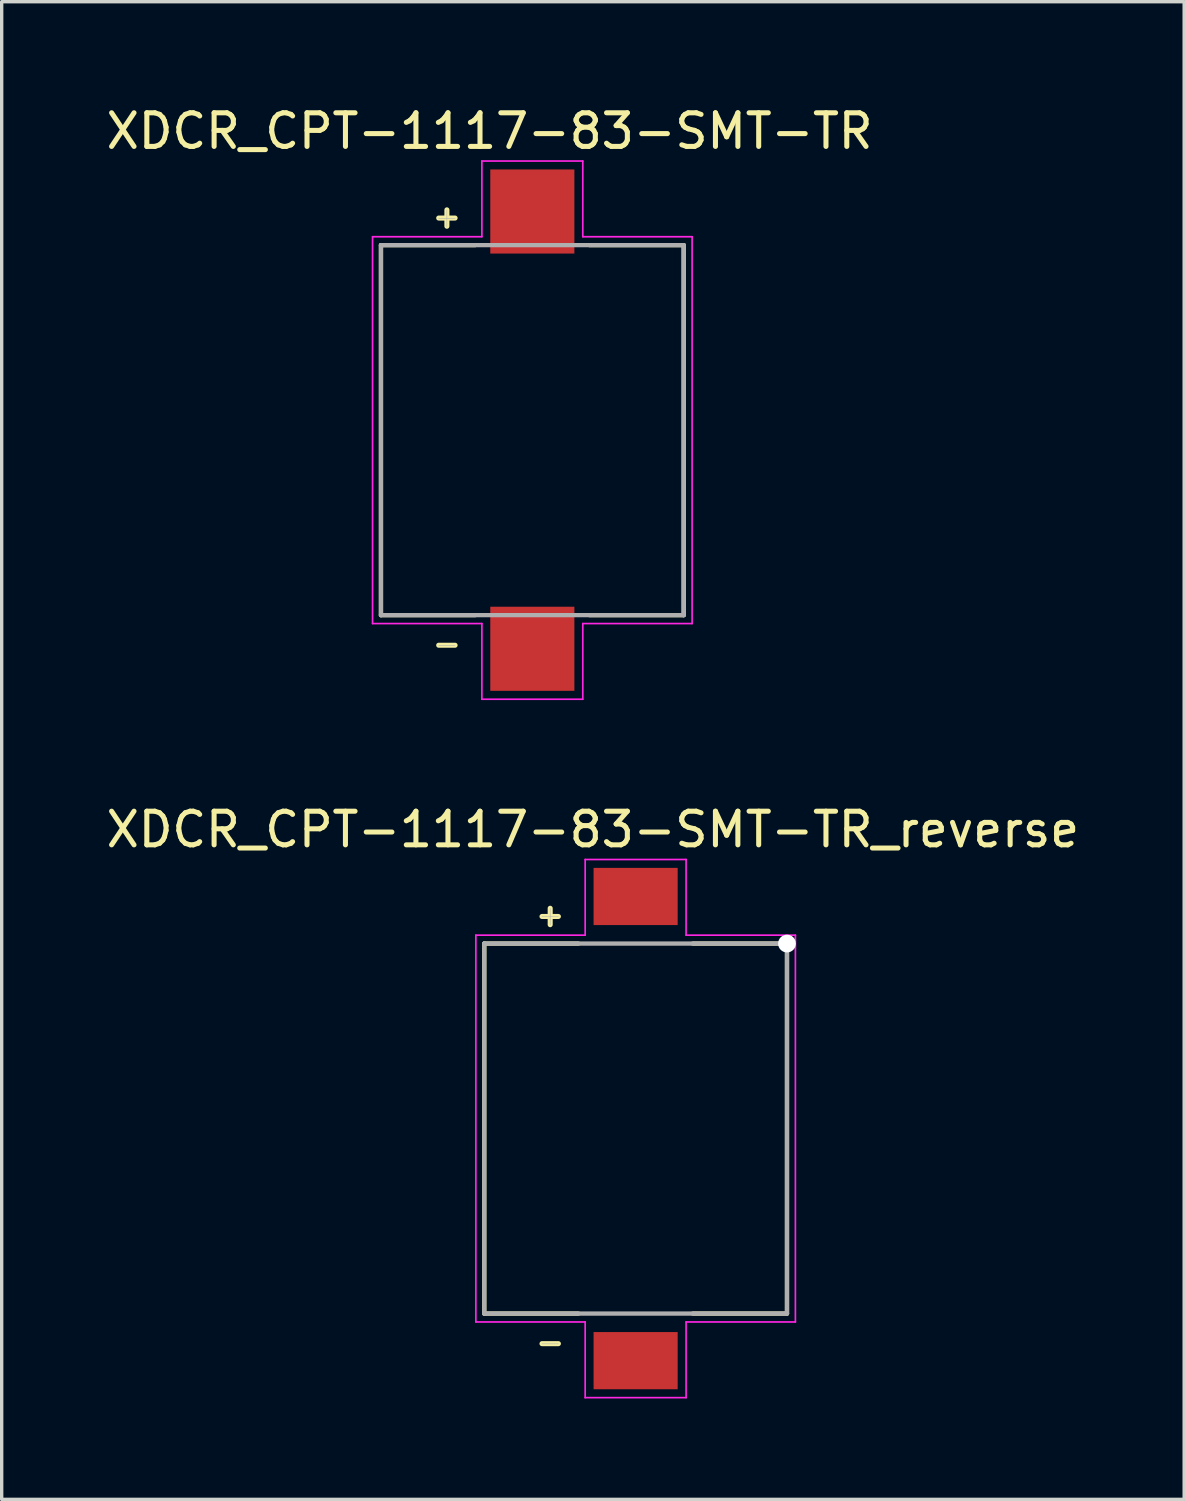
<source format=kicad_pcb>
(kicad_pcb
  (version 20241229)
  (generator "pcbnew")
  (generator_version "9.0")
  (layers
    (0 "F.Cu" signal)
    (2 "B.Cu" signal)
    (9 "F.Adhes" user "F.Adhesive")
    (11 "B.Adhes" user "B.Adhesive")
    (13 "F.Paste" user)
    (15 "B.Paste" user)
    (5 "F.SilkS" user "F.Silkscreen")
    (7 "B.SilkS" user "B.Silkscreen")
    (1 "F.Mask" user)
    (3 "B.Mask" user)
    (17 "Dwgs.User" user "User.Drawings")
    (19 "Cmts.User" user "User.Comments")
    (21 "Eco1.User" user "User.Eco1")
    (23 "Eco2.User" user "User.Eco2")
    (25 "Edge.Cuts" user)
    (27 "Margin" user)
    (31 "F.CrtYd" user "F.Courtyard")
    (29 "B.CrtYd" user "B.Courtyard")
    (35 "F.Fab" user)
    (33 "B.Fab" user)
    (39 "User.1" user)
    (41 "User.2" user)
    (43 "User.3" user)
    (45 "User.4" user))
  (footprint "XDCR_CPT-1117-83-SMT-TR"
    (layer "F.Cu")
    (at 12.776 9.738)
    (property "Reference" "XDCR_CPT-1117-83-SMT-TR" (at -1.27 -8.89 0) (layer "F.SilkS") (effects (font (size 1 1) (thickness 0.15))))
    (attr through_hole)
    (fp_line (start -4.5 -5.5) (end -4.5 5.5) (stroke (width 0.127) (type solid)) (layer "F.SilkS"))
    (fp_line (start -4.5 5.5) (end -1.7 5.5) (stroke (width 0.127) (type solid)) (layer "F.SilkS"))
    (fp_line (start -1.7 -5.5) (end -4.5 -5.5) (stroke (width 0.127) (type solid)) (layer "F.SilkS"))
    (fp_line (start 1.7 5.5) (end 4.5 5.5) (stroke (width 0.127) (type solid)) (layer "F.SilkS"))
    (fp_line (start 4.5 -5.5) (end 1.7 -5.5) (stroke (width 0.127) (type solid)) (layer "F.SilkS"))
    (fp_line (start 4.5 5.5) (end 4.5 -5.5) (stroke (width 0.127) (type solid)) (layer "F.SilkS"))
    (fp_line (start -4.75 -5.75) (end -1.5 -5.75) (stroke (width 0.05) (type solid)) (layer "F.CrtYd"))
    (fp_line (start -4.75 5.75) (end -4.75 -5.75) (stroke (width 0.05) (type solid)) (layer "F.CrtYd"))
    (fp_line (start -1.5 -8) (end 1.5 -8) (stroke (width 0.05) (type solid)) (layer "F.CrtYd"))
    (fp_line (start -1.5 -5.75) (end -1.5 -8) (stroke (width 0.05) (type solid)) (layer "F.CrtYd"))
    (fp_line (start -1.5 5.75) (end -4.75 5.75) (stroke (width 0.05) (type solid)) (layer "F.CrtYd"))
    (fp_line (start -1.5 8) (end -1.5 5.75) (stroke (width 0.05) (type solid)) (layer "F.CrtYd"))
    (fp_line (start 1.5 -8) (end 1.5 -5.75) (stroke (width 0.05) (type solid)) (layer "F.CrtYd"))
    (fp_line (start 1.5 -5.75) (end 4.75 -5.75) (stroke (width 0.05) (type solid)) (layer "F.CrtYd"))
    (fp_line (start 1.5 5.75) (end 1.5 8) (stroke (width 0.05) (type solid)) (layer "F.CrtYd"))
    (fp_line (start 1.5 8) (end -1.5 8) (stroke (width 0.05) (type solid)) (layer "F.CrtYd"))
    (fp_line (start 4.75 -5.75) (end 4.75 5.75) (stroke (width 0.05) (type solid)) (layer "F.CrtYd"))
    (fp_line (start 4.75 5.75) (end 1.5 5.75) (stroke (width 0.05) (type solid)) (layer "F.CrtYd"))
    (fp_line (start -4.5 -5.5) (end 4.5 -5.5) (stroke (width 0.127) (type solid)) (layer "F.Fab"))
    (fp_line (start -4.5 5.5) (end -4.5 -5.5) (stroke (width 0.127) (type solid)) (layer "F.Fab"))
    (fp_line (start 4.5 -5.5) (end 4.5 5.5) (stroke (width 0.127) (type solid)) (layer "F.Fab"))
    (fp_line (start 4.5 5.5) (end -4.5 5.5) (stroke (width 0.127) (type solid)) (layer "F.Fab"))
    (fp_text user "+" (at -2.54 -6.35 0) (layer "F.SilkS") (effects (font (size 0.64 0.64) (thickness 0.15))))
    (fp_text user "-" (at -2.54 6.35 0) (layer "F.SilkS") (effects (font (size 0.64 0.64) (thickness 0.15))))
    (fp_text user "+" (at -2.54 -6.35 0) (layer "F.Fab") (effects (font (size 0.64 0.64) (thickness 0.015))))
    (fp_text user "-" (at -2.54 6.35 0) (layer "F.Fab") (effects (font (size 0.64 0.64) (thickness 0.015))))
    (pad "N" smd rect (at 0 6.5) (size 2.5 2.5) (layers "F.Cu" "F.Mask" "F.Paste"))
    (pad "P" smd rect (at 0 -6.5) (size 2.5 2.5) (layers "F.Cu" "F.Mask" "F.Paste")))
  (footprint "XDCR_CPT-1117-83-SMT-TR_reverse"
    (layer "F.Cu")
    (at 15.847 30.502)
    (property "Reference" "XDCR_CPT-1117-83-SMT-TR_reverse" (at -1.27 -8.89 0) (layer "F.SilkS") (effects (font (size 1 1) (thickness 0.15))))
    (attr through_hole)
    (fp_line (start -4.5 -5.5) (end -4.5 5.5) (stroke (width 0.127) (type solid)) (layer "F.SilkS"))
    (fp_line (start -4.5 5.5) (end -1.7 5.5) (stroke (width 0.127) (type solid)) (layer "F.SilkS"))
    (fp_line (start -1.7 -5.5) (end -4.5 -5.5) (stroke (width 0.127) (type solid)) (layer "F.SilkS"))
    (fp_line (start 1.7 5.5) (end 4.5 5.5) (stroke (width 0.127) (type solid)) (layer "F.SilkS"))
    (fp_line (start 4.5 -5.5) (end 1.7 -5.5) (stroke (width 0.127) (type solid)) (layer "F.SilkS"))
    (fp_line (start 4.5 5.5) (end 4.5 -5.5) (stroke (width 0.127) (type solid)) (layer "F.SilkS"))
    (fp_line (start -4.75 -5.75) (end -1.5 -5.75) (stroke (width 0.05) (type solid)) (layer "F.CrtYd"))
    (fp_line (start -4.75 5.75) (end -4.75 -5.75) (stroke (width 0.05) (type solid)) (layer "F.CrtYd"))
    (fp_line (start -1.5 -8) (end 1.5 -8) (stroke (width 0.05) (type solid)) (layer "F.CrtYd"))
    (fp_line (start -1.5 -5.75) (end -1.5 -8) (stroke (width 0.05) (type solid)) (layer "F.CrtYd"))
    (fp_line (start -1.5 5.75) (end -4.75 5.75) (stroke (width 0.05) (type solid)) (layer "F.CrtYd"))
    (fp_line (start -1.5 8) (end -1.5 5.75) (stroke (width 0.05) (type solid)) (layer "F.CrtYd"))
    (fp_line (start 1.5 -8) (end 1.5 -5.75) (stroke (width 0.05) (type solid)) (layer "F.CrtYd"))
    (fp_line (start 1.5 -5.75) (end 4.75 -5.75) (stroke (width 0.05) (type solid)) (layer "F.CrtYd"))
    (fp_line (start 1.5 5.75) (end 1.5 8) (stroke (width 0.05) (type solid)) (layer "F.CrtYd"))
    (fp_line (start 1.5 8) (end -1.5 8) (stroke (width 0.05) (type solid)) (layer "F.CrtYd"))
    (fp_line (start 4.75 -5.75) (end 4.75 5.75) (stroke (width 0.05) (type solid)) (layer "F.CrtYd"))
    (fp_line (start 4.75 5.75) (end 1.5 5.75) (stroke (width 0.05) (type solid)) (layer "F.CrtYd"))
    (fp_line (start -4.5 -5.5) (end 4.5 -5.5) (stroke (width 0.127) (type solid)) (layer "F.Fab"))
    (fp_line (start -4.5 5.5) (end -4.5 -5.5) (stroke (width 0.127) (type solid)) (layer "F.Fab"))
    (fp_line (start 4.5 -5.5) (end 4.5 5.5) (stroke (width 0.127) (type solid)) (layer "F.Fab"))
    (fp_line (start 4.5 5.5) (end -4.5 5.5) (stroke (width 0.127) (type solid)) (layer "F.Fab"))
    (fp_text user "+" (at -2.54 -6.35 0) (layer "F.SilkS") (effects (font (size 0.64 0.64) (thickness 0.15))))
    (fp_text user "-" (at -2.54 6.35 0) (layer "F.SilkS") (effects (font (size 0.64 0.64) (thickness 0.15))))
    (fp_text user "+" (at -2.54 -6.35 0) (layer "F.Fab") (effects (font (size 0.64 0.64) (thickness 0.015))))
    (fp_text user "-" (at -2.54 6.35 0) (layer "F.Fab") (effects (font (size 0.64 0.64) (thickness 0.015))))
    (pad "" np_thru_hole circle (at 4.5 -5.5) (size 0.528 0.528) (drill 0.528) (layers "*.Cu" "*.Mask"))
    (pad "N" smd rect (at 0 6.9) (size 2.5 1.7) (layers "F.Cu" "F.Mask" "F.Paste"))
    (pad "P" smd rect (at 0 -6.9) (size 2.5 1.7) (layers "F.Cu" "F.Mask" "F.Paste")))
  (gr_rect
    (start -3 -3)
    (end 32.155 41.526)
    (stroke (width 0.1) (type default))
    (fill no)
    (layer "Edge.Cuts")))
</source>
